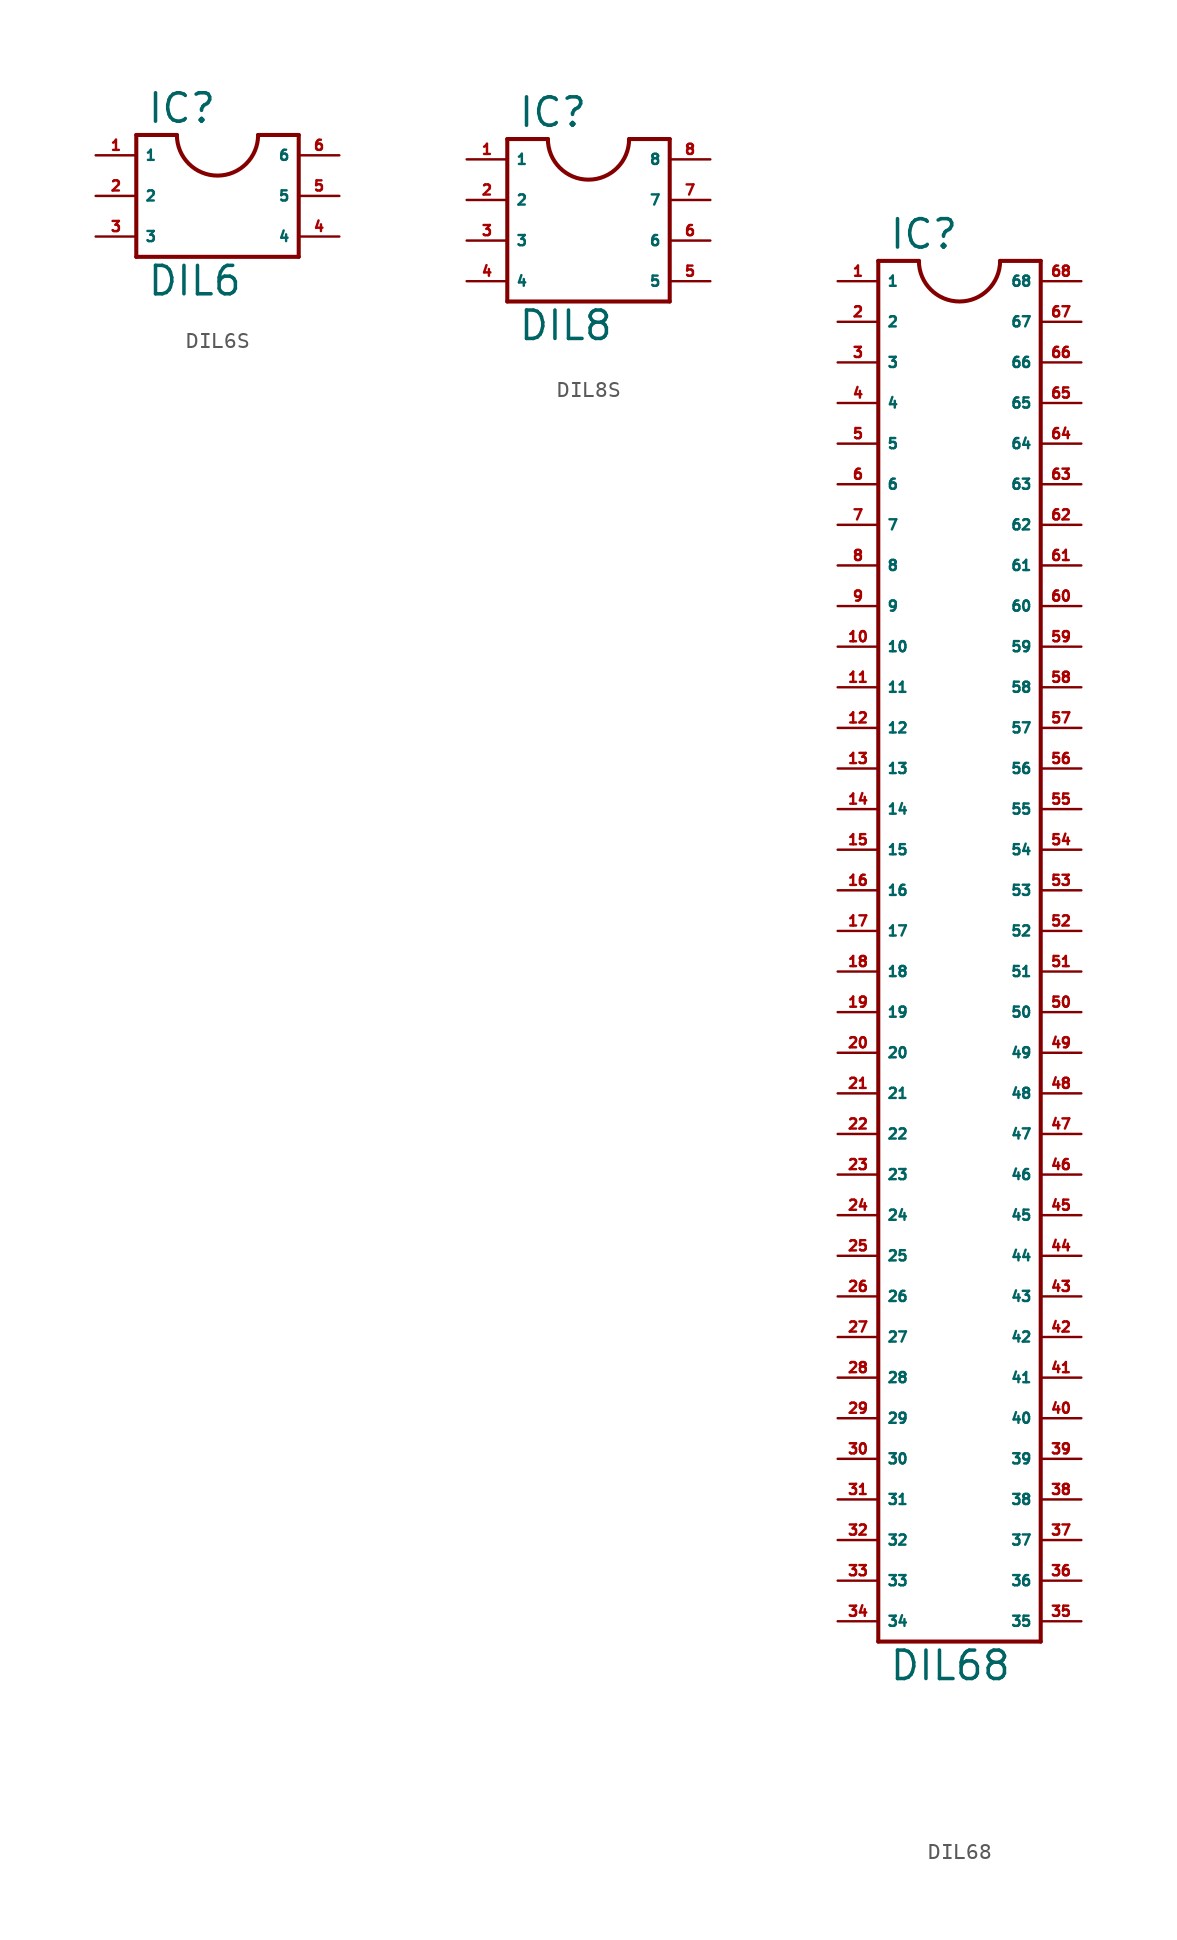
<source format=kicad_sym>
(kicad_symbol_lib
  (version 20220914)
  (generator Eagle2Kicad)
  (symbol "DIL6S"
    (property "Reference" "IC"
      (at -4.445 4.445 0)
      (effects (font (size 1.778 1.778) (thickness 0.22)) (justify left bottom)))
    (property "Value" "DIL6"
      (at -4.445 -6.35 0)
      (effects (font (size 1.778 1.778) (thickness 0.22)) (justify left bottom)))
    (polyline
      (pts (xy -5.08 3.81) (xy -5.08 -3.81))
      (stroke (width 0.254) (type default))
      (fill (type none)))
    (polyline
      (pts (xy -5.08 -3.81) (xy 5.08 -3.81))
      (stroke (width 0.254) (type default))
      (fill (type none)))
    (polyline
      (pts (xy 5.08 -3.81) (xy 5.08 3.81))
      (stroke (width 0.254) (type default))
      (fill (type none)))
    (polyline
      (pts (xy 5.08 3.81) (xy 2.54 3.81))
      (stroke (width 0.254) (type default))
      (fill (type none)))
    (polyline
      (pts (xy -5.08 3.81) (xy -2.54 3.81))
      (stroke (width 0.254) (type default))
      (fill (type none)))
    (arc
      (start -2.54 3.81)
      (mid 0.000 1.270)
      (end 2.54 3.81)
      (stroke (width 0.254) (type default))
      (fill (type none)))
    (pin passive line
      (at -7.62 2.54 0)
      (length 2.54)
      (name "1" (effects (font (size 0.635 0.635) (thickness 0.08)) (justify left bottom)))
      (number "1" (effects (font (size 0.635 0.635) (thickness 0.08)) (justify left bottom))))
    (pin passive line
      (at -7.62 0 0)
      (length 2.54)
      (name "2" (effects (font (size 0.635 0.635) (thickness 0.08)) (justify left bottom)))
      (number "2" (effects (font (size 0.635 0.635) (thickness 0.08)) (justify left bottom))))
    (pin passive line
      (at -7.62 -2.54 0)
      (length 2.54)
      (name "3" (effects (font (size 0.635 0.635) (thickness 0.08)) (justify left bottom)))
      (number "3" (effects (font (size 0.635 0.635) (thickness 0.08)) (justify left bottom))))
    (pin passive line
      (at 7.62 -2.54 180)
      (length 2.54)
      (name "4" (effects (font (size 0.635 0.635) (thickness 0.08)) (justify left bottom)))
      (number "4" (effects (font (size 0.635 0.635) (thickness 0.08)) (justify left bottom))))
    (pin passive line
      (at 7.62 0 180)
      (length 2.54)
      (name "5" (effects (font (size 0.635 0.635) (thickness 0.08)) (justify left bottom)))
      (number "5" (effects (font (size 0.635 0.635) (thickness 0.08)) (justify left bottom))))
    (pin passive line
      (at 7.62 2.54 180)
      (length 2.54)
      (name "6" (effects (font (size 0.635 0.635) (thickness 0.08)) (justify left bottom)))
      (number "6" (effects (font (size 0.635 0.635) (thickness 0.08)) (justify left bottom)))))
  (symbol "DIL8S"
    (property "Reference" "IC"
      (at -4.445 4.445 0)
      (effects (font (size 1.778 1.778) (thickness 0.22)) (justify left bottom)))
    (property "Value" "DIL8"
      (at -4.445 -8.89 0)
      (effects (font (size 1.778 1.778) (thickness 0.22)) (justify left bottom)))
    (polyline
      (pts (xy -5.08 3.81) (xy -5.08 -6.35))
      (stroke (width 0.254) (type default))
      (fill (type none)))
    (polyline
      (pts (xy -5.08 -6.35) (xy 5.08 -6.35))
      (stroke (width 0.254) (type default))
      (fill (type none)))
    (polyline
      (pts (xy 5.08 -6.35) (xy 5.08 3.81))
      (stroke (width 0.254) (type default))
      (fill (type none)))
    (polyline
      (pts (xy 5.08 3.81) (xy 2.54 3.81))
      (stroke (width 0.254) (type default))
      (fill (type none)))
    (polyline
      (pts (xy -5.08 3.81) (xy -2.54 3.81))
      (stroke (width 0.254) (type default))
      (fill (type none)))
    (arc
      (start -2.54 3.81)
      (mid 0.000 1.270)
      (end 2.54 3.81)
      (stroke (width 0.254) (type default))
      (fill (type none)))
    (pin passive line
      (at -7.62 2.54 0)
      (length 2.54)
      (name "1" (effects (font (size 0.635 0.635) (thickness 0.08)) (justify left bottom)))
      (number "1" (effects (font (size 0.635 0.635) (thickness 0.08)) (justify left bottom))))
    (pin passive line
      (at -7.62 0 0)
      (length 2.54)
      (name "2" (effects (font (size 0.635 0.635) (thickness 0.08)) (justify left bottom)))
      (number "2" (effects (font (size 0.635 0.635) (thickness 0.08)) (justify left bottom))))
    (pin passive line
      (at -7.62 -2.54 0)
      (length 2.54)
      (name "3" (effects (font (size 0.635 0.635) (thickness 0.08)) (justify left bottom)))
      (number "3" (effects (font (size 0.635 0.635) (thickness 0.08)) (justify left bottom))))
    (pin passive line
      (at -7.62 -5.08 0)
      (length 2.54)
      (name "4" (effects (font (size 0.635 0.635) (thickness 0.08)) (justify left bottom)))
      (number "4" (effects (font (size 0.635 0.635) (thickness 0.08)) (justify left bottom))))
    (pin passive line
      (at 7.62 -5.08 180)
      (length 2.54)
      (name "5" (effects (font (size 0.635 0.635) (thickness 0.08)) (justify left bottom)))
      (number "5" (effects (font (size 0.635 0.635) (thickness 0.08)) (justify left bottom))))
    (pin passive line
      (at 7.62 -2.54 180)
      (length 2.54)
      (name "6" (effects (font (size 0.635 0.635) (thickness 0.08)) (justify left bottom)))
      (number "6" (effects (font (size 0.635 0.635) (thickness 0.08)) (justify left bottom))))
    (pin passive line
      (at 7.62 0 180)
      (length 2.54)
      (name "7" (effects (font (size 0.635 0.635) (thickness 0.08)) (justify left bottom)))
      (number "7" (effects (font (size 0.635 0.635) (thickness 0.08)) (justify left bottom))))
    (pin passive line
      (at 7.62 2.54 180)
      (length 2.54)
      (name "8" (effects (font (size 0.635 0.635) (thickness 0.08)) (justify left bottom)))
      (number "8" (effects (font (size 0.635 0.635) (thickness 0.08)) (justify left bottom)))))
  (symbol "DIL68"
    (property "Reference" "IC"
      (at -4.445 42.545 0)
      (effects (font (size 1.778 1.778) (thickness 0.22)) (justify left bottom)))
    (property "Value" "DIL68"
      (at -4.445 -46.99 0)
      (effects (font (size 1.778 1.778) (thickness 0.22)) (justify left bottom)))
    (polyline
      (pts (xy -5.08 41.91) (xy -5.08 -44.45))
      (stroke (width 0.254) (type default))
      (fill (type none)))
    (polyline
      (pts (xy -5.08 -44.45) (xy 5.08 -44.45))
      (stroke (width 0.254) (type default))
      (fill (type none)))
    (polyline
      (pts (xy 5.08 -44.45) (xy 5.08 41.91))
      (stroke (width 0.254) (type default))
      (fill (type none)))
    (polyline
      (pts (xy 5.08 41.91) (xy 2.54 41.91))
      (stroke (width 0.254) (type default))
      (fill (type none)))
    (polyline
      (pts (xy -5.08 41.91) (xy -2.54 41.91))
      (stroke (width 0.254) (type default))
      (fill (type none)))
    (arc
      (start -2.54 41.91)
      (mid 0.000 39.370)
      (end 2.54 41.91)
      (stroke (width 0.254) (type default))
      (fill (type none)))
    (pin passive line
      (at -7.62 40.64 0)
      (length 2.54)
      (name "1" (effects (font (size 0.635 0.635) (thickness 0.08)) (justify left bottom)))
      (number "1" (effects (font (size 0.635 0.635) (thickness 0.08)) (justify left bottom))))
    (pin passive line
      (at -7.62 38.1 0)
      (length 2.54)
      (name "2" (effects (font (size 0.635 0.635) (thickness 0.08)) (justify left bottom)))
      (number "2" (effects (font (size 0.635 0.635) (thickness 0.08)) (justify left bottom))))
    (pin passive line
      (at -7.62 35.56 0)
      (length 2.54)
      (name "3" (effects (font (size 0.635 0.635) (thickness 0.08)) (justify left bottom)))
      (number "3" (effects (font (size 0.635 0.635) (thickness 0.08)) (justify left bottom))))
    (pin passive line
      (at -7.62 33.02 0)
      (length 2.54)
      (name "4" (effects (font (size 0.635 0.635) (thickness 0.08)) (justify left bottom)))
      (number "4" (effects (font (size 0.635 0.635) (thickness 0.08)) (justify left bottom))))
    (pin passive line
      (at -7.62 30.48 0)
      (length 2.54)
      (name "5" (effects (font (size 0.635 0.635) (thickness 0.08)) (justify left bottom)))
      (number "5" (effects (font (size 0.635 0.635) (thickness 0.08)) (justify left bottom))))
    (pin passive line
      (at -7.62 27.94 0)
      (length 2.54)
      (name "6" (effects (font (size 0.635 0.635) (thickness 0.08)) (justify left bottom)))
      (number "6" (effects (font (size 0.635 0.635) (thickness 0.08)) (justify left bottom))))
    (pin passive line
      (at -7.62 25.4 0)
      (length 2.54)
      (name "7" (effects (font (size 0.635 0.635) (thickness 0.08)) (justify left bottom)))
      (number "7" (effects (font (size 0.635 0.635) (thickness 0.08)) (justify left bottom))))
    (pin passive line
      (at -7.62 22.86 0)
      (length 2.54)
      (name "8" (effects (font (size 0.635 0.635) (thickness 0.08)) (justify left bottom)))
      (number "8" (effects (font (size 0.635 0.635) (thickness 0.08)) (justify left bottom))))
    (pin passive line
      (at -7.62 20.32 0)
      (length 2.54)
      (name "9" (effects (font (size 0.635 0.635) (thickness 0.08)) (justify left bottom)))
      (number "9" (effects (font (size 0.635 0.635) (thickness 0.08)) (justify left bottom))))
    (pin passive line
      (at -7.62 17.78 0)
      (length 2.54)
      (name "10" (effects (font (size 0.635 0.635) (thickness 0.08)) (justify left bottom)))
      (number "10" (effects (font (size 0.635 0.635) (thickness 0.08)) (justify left bottom))))
    (pin passive line
      (at -7.62 15.24 0)
      (length 2.54)
      (name "11" (effects (font (size 0.635 0.635) (thickness 0.08)) (justify left bottom)))
      (number "11" (effects (font (size 0.635 0.635) (thickness 0.08)) (justify left bottom))))
    (pin passive line
      (at -7.62 12.7 0)
      (length 2.54)
      (name "12" (effects (font (size 0.635 0.635) (thickness 0.08)) (justify left bottom)))
      (number "12" (effects (font (size 0.635 0.635) (thickness 0.08)) (justify left bottom))))
    (pin passive line
      (at -7.62 10.16 0)
      (length 2.54)
      (name "13" (effects (font (size 0.635 0.635) (thickness 0.08)) (justify left bottom)))
      (number "13" (effects (font (size 0.635 0.635) (thickness 0.08)) (justify left bottom))))
    (pin passive line
      (at -7.62 7.62 0)
      (length 2.54)
      (name "14" (effects (font (size 0.635 0.635) (thickness 0.08)) (justify left bottom)))
      (number "14" (effects (font (size 0.635 0.635) (thickness 0.08)) (justify left bottom))))
    (pin passive line
      (at -7.62 5.08 0)
      (length 2.54)
      (name "15" (effects (font (size 0.635 0.635) (thickness 0.08)) (justify left bottom)))
      (number "15" (effects (font (size 0.635 0.635) (thickness 0.08)) (justify left bottom))))
    (pin passive line
      (at -7.62 2.54 0)
      (length 2.54)
      (name "16" (effects (font (size 0.635 0.635) (thickness 0.08)) (justify left bottom)))
      (number "16" (effects (font (size 0.635 0.635) (thickness 0.08)) (justify left bottom))))
    (pin passive line
      (at -7.62 0 0)
      (length 2.54)
      (name "17" (effects (font (size 0.635 0.635) (thickness 0.08)) (justify left bottom)))
      (number "17" (effects (font (size 0.635 0.635) (thickness 0.08)) (justify left bottom))))
    (pin passive line
      (at -7.62 -2.54 0)
      (length 2.54)
      (name "18" (effects (font (size 0.635 0.635) (thickness 0.08)) (justify left bottom)))
      (number "18" (effects (font (size 0.635 0.635) (thickness 0.08)) (justify left bottom))))
    (pin passive line
      (at -7.62 -5.08 0)
      (length 2.54)
      (name "19" (effects (font (size 0.635 0.635) (thickness 0.08)) (justify left bottom)))
      (number "19" (effects (font (size 0.635 0.635) (thickness 0.08)) (justify left bottom))))
    (pin passive line
      (at -7.62 -7.62 0)
      (length 2.54)
      (name "20" (effects (font (size 0.635 0.635) (thickness 0.08)) (justify left bottom)))
      (number "20" (effects (font (size 0.635 0.635) (thickness 0.08)) (justify left bottom))))
    (pin passive line
      (at -7.62 -10.16 0)
      (length 2.54)
      (name "21" (effects (font (size 0.635 0.635) (thickness 0.08)) (justify left bottom)))
      (number "21" (effects (font (size 0.635 0.635) (thickness 0.08)) (justify left bottom))))
    (pin passive line
      (at -7.62 -12.7 0)
      (length 2.54)
      (name "22" (effects (font (size 0.635 0.635) (thickness 0.08)) (justify left bottom)))
      (number "22" (effects (font (size 0.635 0.635) (thickness 0.08)) (justify left bottom))))
    (pin passive line
      (at -7.62 -15.24 0)
      (length 2.54)
      (name "23" (effects (font (size 0.635 0.635) (thickness 0.08)) (justify left bottom)))
      (number "23" (effects (font (size 0.635 0.635) (thickness 0.08)) (justify left bottom))))
    (pin passive line
      (at -7.62 -17.78 0)
      (length 2.54)
      (name "24" (effects (font (size 0.635 0.635) (thickness 0.08)) (justify left bottom)))
      (number "24" (effects (font (size 0.635 0.635) (thickness 0.08)) (justify left bottom))))
    (pin passive line
      (at -7.62 -20.32 0)
      (length 2.54)
      (name "25" (effects (font (size 0.635 0.635) (thickness 0.08)) (justify left bottom)))
      (number "25" (effects (font (size 0.635 0.635) (thickness 0.08)) (justify left bottom))))
    (pin passive line
      (at -7.62 -22.86 0)
      (length 2.54)
      (name "26" (effects (font (size 0.635 0.635) (thickness 0.08)) (justify left bottom)))
      (number "26" (effects (font (size 0.635 0.635) (thickness 0.08)) (justify left bottom))))
    (pin passive line
      (at -7.62 -25.4 0)
      (length 2.54)
      (name "27" (effects (font (size 0.635 0.635) (thickness 0.08)) (justify left bottom)))
      (number "27" (effects (font (size 0.635 0.635) (thickness 0.08)) (justify left bottom))))
    (pin passive line
      (at -7.62 -27.94 0)
      (length 2.54)
      (name "28" (effects (font (size 0.635 0.635) (thickness 0.08)) (justify left bottom)))
      (number "28" (effects (font (size 0.635 0.635) (thickness 0.08)) (justify left bottom))))
    (pin passive line
      (at -7.62 -30.48 0)
      (length 2.54)
      (name "29" (effects (font (size 0.635 0.635) (thickness 0.08)) (justify left bottom)))
      (number "29" (effects (font (size 0.635 0.635) (thickness 0.08)) (justify left bottom))))
    (pin passive line
      (at -7.62 -33.02 0)
      (length 2.54)
      (name "30" (effects (font (size 0.635 0.635) (thickness 0.08)) (justify left bottom)))
      (number "30" (effects (font (size 0.635 0.635) (thickness 0.08)) (justify left bottom))))
    (pin passive line
      (at -7.62 -35.56 0)
      (length 2.54)
      (name "31" (effects (font (size 0.635 0.635) (thickness 0.08)) (justify left bottom)))
      (number "31" (effects (font (size 0.635 0.635) (thickness 0.08)) (justify left bottom))))
    (pin passive line
      (at -7.62 -38.1 0)
      (length 2.54)
      (name "32" (effects (font (size 0.635 0.635) (thickness 0.08)) (justify left bottom)))
      (number "32" (effects (font (size 0.635 0.635) (thickness 0.08)) (justify left bottom))))
    (pin passive line
      (at -7.62 -40.64 0)
      (length 2.54)
      (name "33" (effects (font (size 0.635 0.635) (thickness 0.08)) (justify left bottom)))
      (number "33" (effects (font (size 0.635 0.635) (thickness 0.08)) (justify left bottom))))
    (pin passive line
      (at -7.62 -43.18 0)
      (length 2.54)
      (name "34" (effects (font (size 0.635 0.635) (thickness 0.08)) (justify left bottom)))
      (number "34" (effects (font (size 0.635 0.635) (thickness 0.08)) (justify left bottom))))
    (pin passive line
      (at 7.62 -43.18 180)
      (length 2.54)
      (name "35" (effects (font (size 0.635 0.635) (thickness 0.08)) (justify left bottom)))
      (number "35" (effects (font (size 0.635 0.635) (thickness 0.08)) (justify left bottom))))
    (pin passive line
      (at 7.62 -40.64 180)
      (length 2.54)
      (name "36" (effects (font (size 0.635 0.635) (thickness 0.08)) (justify left bottom)))
      (number "36" (effects (font (size 0.635 0.635) (thickness 0.08)) (justify left bottom))))
    (pin passive line
      (at 7.62 -38.1 180)
      (length 2.54)
      (name "37" (effects (font (size 0.635 0.635) (thickness 0.08)) (justify left bottom)))
      (number "37" (effects (font (size 0.635 0.635) (thickness 0.08)) (justify left bottom))))
    (pin passive line
      (at 7.62 -35.56 180)
      (length 2.54)
      (name "38" (effects (font (size 0.635 0.635) (thickness 0.08)) (justify left bottom)))
      (number "38" (effects (font (size 0.635 0.635) (thickness 0.08)) (justify left bottom))))
    (pin passive line
      (at 7.62 -33.02 180)
      (length 2.54)
      (name "39" (effects (font (size 0.635 0.635) (thickness 0.08)) (justify left bottom)))
      (number "39" (effects (font (size 0.635 0.635) (thickness 0.08)) (justify left bottom))))
    (pin passive line
      (at 7.62 -30.48 180)
      (length 2.54)
      (name "40" (effects (font (size 0.635 0.635) (thickness 0.08)) (justify left bottom)))
      (number "40" (effects (font (size 0.635 0.635) (thickness 0.08)) (justify left bottom))))
    (pin passive line
      (at 7.62 -27.94 180)
      (length 2.54)
      (name "41" (effects (font (size 0.635 0.635) (thickness 0.08)) (justify left bottom)))
      (number "41" (effects (font (size 0.635 0.635) (thickness 0.08)) (justify left bottom))))
    (pin passive line
      (at 7.62 -25.4 180)
      (length 2.54)
      (name "42" (effects (font (size 0.635 0.635) (thickness 0.08)) (justify left bottom)))
      (number "42" (effects (font (size 0.635 0.635) (thickness 0.08)) (justify left bottom))))
    (pin passive line
      (at 7.62 -22.86 180)
      (length 2.54)
      (name "43" (effects (font (size 0.635 0.635) (thickness 0.08)) (justify left bottom)))
      (number "43" (effects (font (size 0.635 0.635) (thickness 0.08)) (justify left bottom))))
    (pin passive line
      (at 7.62 -20.32 180)
      (length 2.54)
      (name "44" (effects (font (size 0.635 0.635) (thickness 0.08)) (justify left bottom)))
      (number "44" (effects (font (size 0.635 0.635) (thickness 0.08)) (justify left bottom))))
    (pin passive line
      (at 7.62 -17.78 180)
      (length 2.54)
      (name "45" (effects (font (size 0.635 0.635) (thickness 0.08)) (justify left bottom)))
      (number "45" (effects (font (size 0.635 0.635) (thickness 0.08)) (justify left bottom))))
    (pin passive line
      (at 7.62 -15.24 180)
      (length 2.54)
      (name "46" (effects (font (size 0.635 0.635) (thickness 0.08)) (justify left bottom)))
      (number "46" (effects (font (size 0.635 0.635) (thickness 0.08)) (justify left bottom))))
    (pin passive line
      (at 7.62 -12.7 180)
      (length 2.54)
      (name "47" (effects (font (size 0.635 0.635) (thickness 0.08)) (justify left bottom)))
      (number "47" (effects (font (size 0.635 0.635) (thickness 0.08)) (justify left bottom))))
    (pin passive line
      (at 7.62 -10.16 180)
      (length 2.54)
      (name "48" (effects (font (size 0.635 0.635) (thickness 0.08)) (justify left bottom)))
      (number "48" (effects (font (size 0.635 0.635) (thickness 0.08)) (justify left bottom))))
    (pin passive line
      (at 7.62 -7.62 180)
      (length 2.54)
      (name "49" (effects (font (size 0.635 0.635) (thickness 0.08)) (justify left bottom)))
      (number "49" (effects (font (size 0.635 0.635) (thickness 0.08)) (justify left bottom))))
    (pin passive line
      (at 7.62 -5.08 180)
      (length 2.54)
      (name "50" (effects (font (size 0.635 0.635) (thickness 0.08)) (justify left bottom)))
      (number "50" (effects (font (size 0.635 0.635) (thickness 0.08)) (justify left bottom))))
    (pin passive line
      (at 7.62 -2.54 180)
      (length 2.54)
      (name "51" (effects (font (size 0.635 0.635) (thickness 0.08)) (justify left bottom)))
      (number "51" (effects (font (size 0.635 0.635) (thickness 0.08)) (justify left bottom))))
    (pin passive line
      (at 7.62 0 180)
      (length 2.54)
      (name "52" (effects (font (size 0.635 0.635) (thickness 0.08)) (justify left bottom)))
      (number "52" (effects (font (size 0.635 0.635) (thickness 0.08)) (justify left bottom))))
    (pin passive line
      (at 7.62 2.54 180)
      (length 2.54)
      (name "53" (effects (font (size 0.635 0.635) (thickness 0.08)) (justify left bottom)))
      (number "53" (effects (font (size 0.635 0.635) (thickness 0.08)) (justify left bottom))))
    (pin passive line
      (at 7.62 5.08 180)
      (length 2.54)
      (name "54" (effects (font (size 0.635 0.635) (thickness 0.08)) (justify left bottom)))
      (number "54" (effects (font (size 0.635 0.635) (thickness 0.08)) (justify left bottom))))
    (pin passive line
      (at 7.62 7.62 180)
      (length 2.54)
      (name "55" (effects (font (size 0.635 0.635) (thickness 0.08)) (justify left bottom)))
      (number "55" (effects (font (size 0.635 0.635) (thickness 0.08)) (justify left bottom))))
    (pin passive line
      (at 7.62 10.16 180)
      (length 2.54)
      (name "56" (effects (font (size 0.635 0.635) (thickness 0.08)) (justify left bottom)))
      (number "56" (effects (font (size 0.635 0.635) (thickness 0.08)) (justify left bottom))))
    (pin passive line
      (at 7.62 12.7 180)
      (length 2.54)
      (name "57" (effects (font (size 0.635 0.635) (thickness 0.08)) (justify left bottom)))
      (number "57" (effects (font (size 0.635 0.635) (thickness 0.08)) (justify left bottom))))
    (pin passive line
      (at 7.62 15.24 180)
      (length 2.54)
      (name "58" (effects (font (size 0.635 0.635) (thickness 0.08)) (justify left bottom)))
      (number "58" (effects (font (size 0.635 0.635) (thickness 0.08)) (justify left bottom))))
    (pin passive line
      (at 7.62 17.78 180)
      (length 2.54)
      (name "59" (effects (font (size 0.635 0.635) (thickness 0.08)) (justify left bottom)))
      (number "59" (effects (font (size 0.635 0.635) (thickness 0.08)) (justify left bottom))))
    (pin passive line
      (at 7.62 20.32 180)
      (length 2.54)
      (name "60" (effects (font (size 0.635 0.635) (thickness 0.08)) (justify left bottom)))
      (number "60" (effects (font (size 0.635 0.635) (thickness 0.08)) (justify left bottom))))
    (pin passive line
      (at 7.62 22.86 180)
      (length 2.54)
      (name "61" (effects (font (size 0.635 0.635) (thickness 0.08)) (justify left bottom)))
      (number "61" (effects (font (size 0.635 0.635) (thickness 0.08)) (justify left bottom))))
    (pin passive line
      (at 7.62 25.4 180)
      (length 2.54)
      (name "62" (effects (font (size 0.635 0.635) (thickness 0.08)) (justify left bottom)))
      (number "62" (effects (font (size 0.635 0.635) (thickness 0.08)) (justify left bottom))))
    (pin passive line
      (at 7.62 27.94 180)
      (length 2.54)
      (name "63" (effects (font (size 0.635 0.635) (thickness 0.08)) (justify left bottom)))
      (number "63" (effects (font (size 0.635 0.635) (thickness 0.08)) (justify left bottom))))
    (pin passive line
      (at 7.62 30.48 180)
      (length 2.54)
      (name "64" (effects (font (size 0.635 0.635) (thickness 0.08)) (justify left bottom)))
      (number "64" (effects (font (size 0.635 0.635) (thickness 0.08)) (justify left bottom))))
    (pin passive line
      (at 7.62 33.02 180)
      (length 2.54)
      (name "65" (effects (font (size 0.635 0.635) (thickness 0.08)) (justify left bottom)))
      (number "65" (effects (font (size 0.635 0.635) (thickness 0.08)) (justify left bottom))))
    (pin passive line
      (at 7.62 35.56 180)
      (length 2.54)
      (name "66" (effects (font (size 0.635 0.635) (thickness 0.08)) (justify left bottom)))
      (number "66" (effects (font (size 0.635 0.635) (thickness 0.08)) (justify left bottom))))
    (pin passive line
      (at 7.62 38.1 180)
      (length 2.54)
      (name "67" (effects (font (size 0.635 0.635) (thickness 0.08)) (justify left bottom)))
      (number "67" (effects (font (size 0.635 0.635) (thickness 0.08)) (justify left bottom))))
    (pin passive line
      (at 7.62 40.64 180)
      (length 2.54)
      (name "68" (effects (font (size 0.635 0.635) (thickness 0.08)) (justify left bottom)))
      (number "68" (effects (font (size 0.635 0.635) (thickness 0.08)) (justify left bottom))))))
</source>
